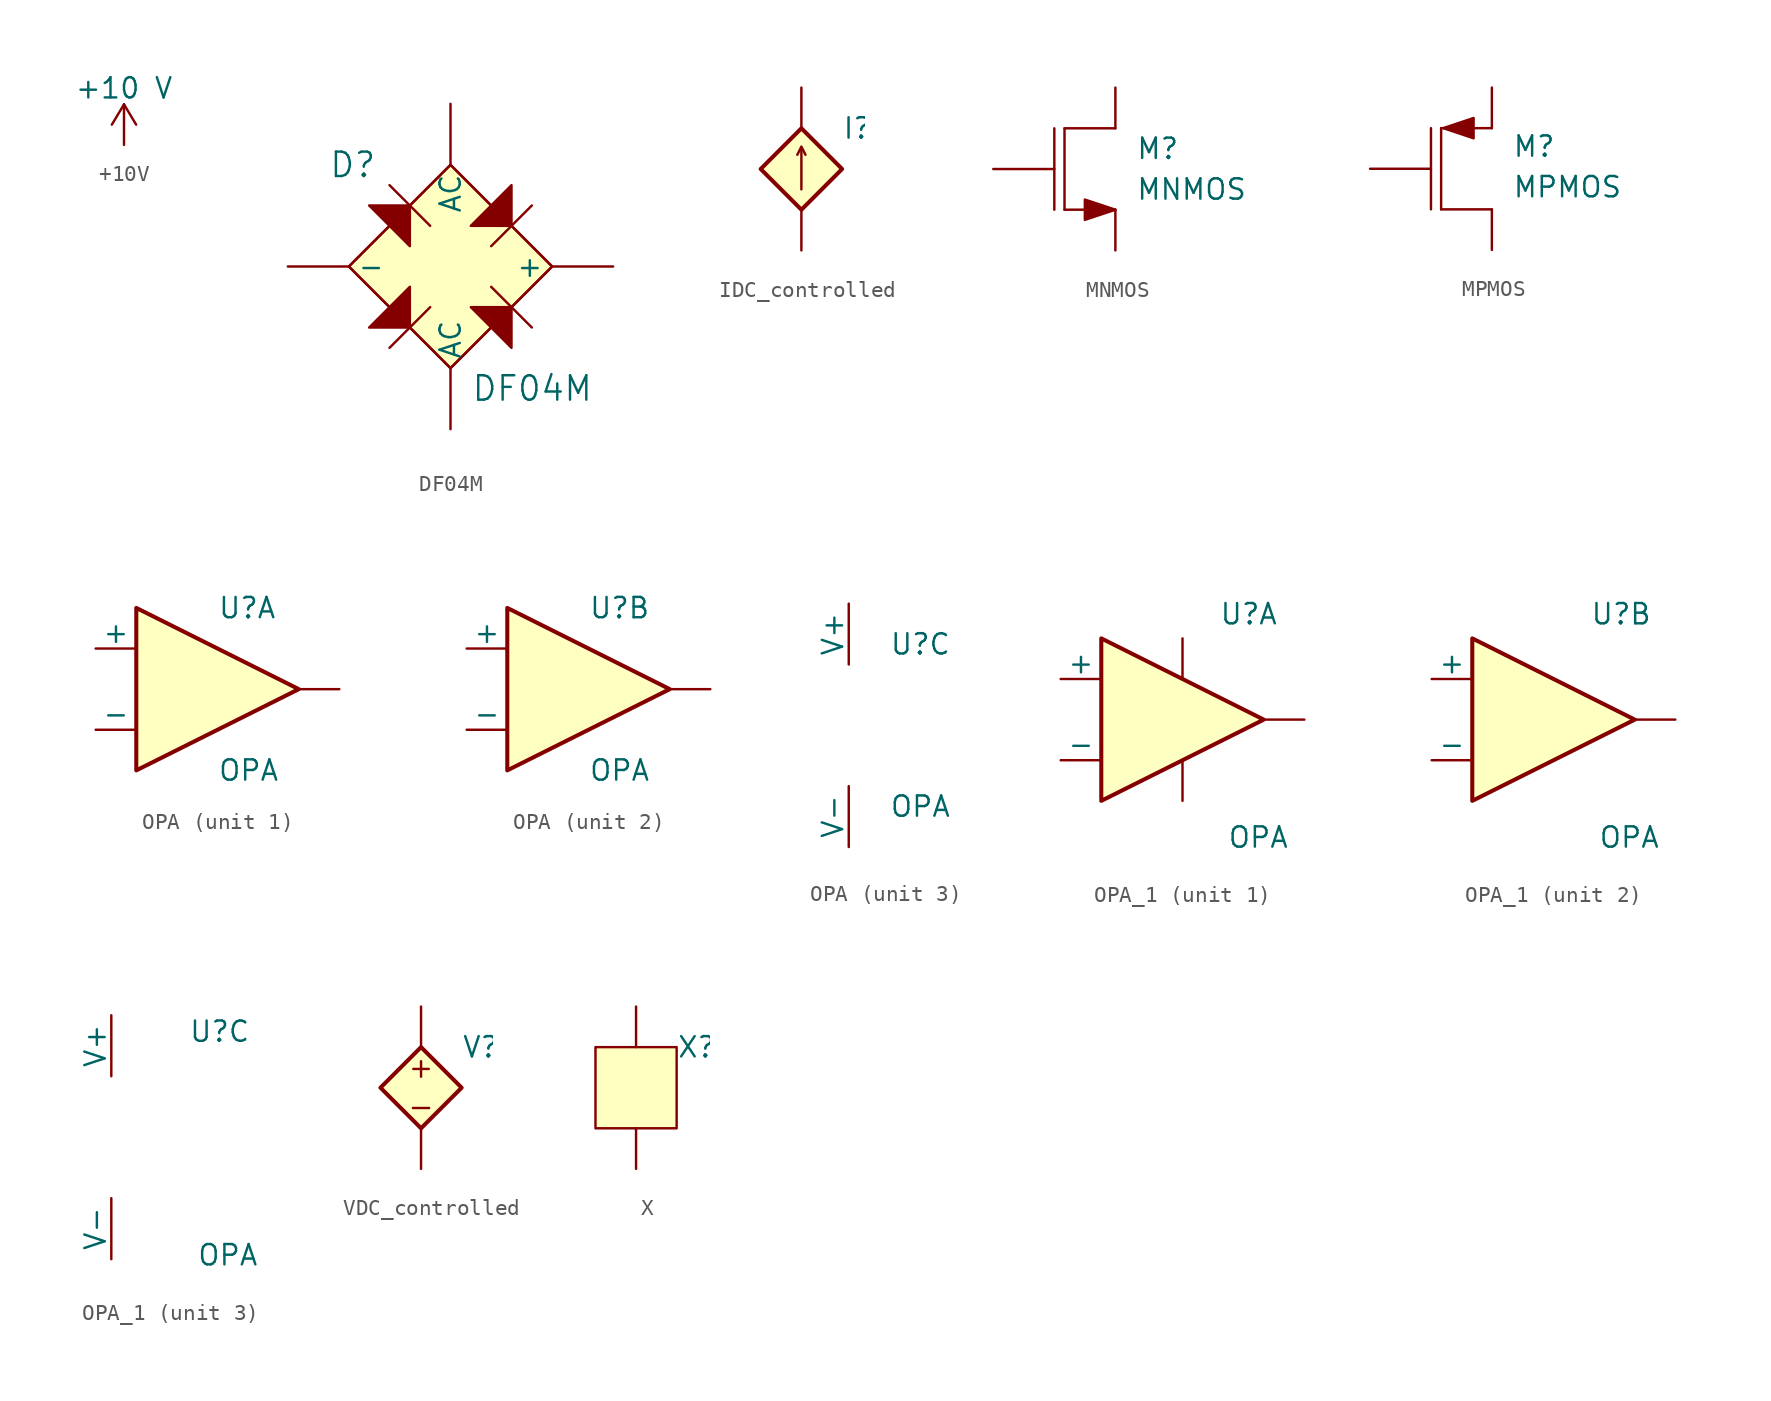
<source format=kicad_sym>
(kicad_symbol_lib
  (version 20231120)
  (generator "kicad_symbol_editor")
  (generator_version "8.0")
  (symbol "+10V"
    (power)
    (pin_numbers hide)
    (pin_names
      (offset 0) hide)
    (property "Reference" "#PWR"
      (at 0 -3.81 0)
      (effects (font (size 1.27 1.27)) (hide yes)))
    (property "Value" "+10 V"
      (at 0 3.556 0)
      (effects (font (size 1.27 1.27))))
    (symbol "+10V_0_1"
      (polyline (pts (xy -0.762 1.27) (xy 0 2.54)) (stroke (width 0) (type solid)) (fill (type none)))
      (polyline (pts (xy 0 0) (xy 0 2.54)) (stroke (width 0) (type solid)) (fill (type none)))
      (polyline (pts (xy 0 2.54) (xy 0.762 1.27)) (stroke (width 0) (type solid)) (fill (type none))))
    (symbol "+10V_1_1"
      (pin power_in line (at 0 0 90) (length 0) hide (name "+10V" (effects (font (size 1.27 1.27)))) (number "1" (effects (font (size 1.27 1.27)))))))
  (symbol "DF04M"
    (pin_numbers hide)
    (property "Reference" "D"
      (at -7.62 6.35 0)
      (effects (font (size 1.524 1.524)) (justify left)))
    (property "Value" "DF04M"
      (at 1.27 -7.62 0)
      (effects (font (size 1.524 1.524)) (justify left)))
    (symbol "DF04M_0_1"
      (polyline (pts (xy -3.81 5.08) (xy -1.27 2.54)) (stroke (width 0) (type solid)) (fill (type none)))
      (polyline (pts (xy -1.27 -2.54) (xy -3.81 -5.08)) (stroke (width 0) (type solid)) (fill (type none)))
      (polyline (pts (xy 2.54 -1.27) (xy 5.08 -3.81)) (stroke (width 0) (type solid)) (fill (type none)))
      (polyline (pts (xy 5.08 3.81) (xy 2.54 1.27)) (stroke (width 0) (type solid)) (fill (type none)))
      (polyline (pts (xy -3.81 2.54) (xy -6.35 0) (xy -3.81 -2.54)) (stroke (width 0) (type solid)) (fill (type none)))
      (polyline (pts (xy -2.54 3.81) (xy 0 6.35) (xy 2.54 3.81)) (stroke (width 0) (type solid)) (fill (type none)))
      (polyline (pts (xy 2.54 -3.81) (xy 0 -6.35) (xy -2.54 -3.81)) (stroke (width 0) (type solid)) (fill (type none)))
      (polyline (pts (xy 3.81 2.54) (xy 6.35 0) (xy 3.81 -2.54)) (stroke (width 0) (type solid)) (fill (type none)))
      (polyline (pts (xy -2.54 1.27) (xy -2.54 3.81) (xy -5.08 3.81) (xy -2.54 1.27)) (stroke (width 0) (type solid)) (fill (type outline)))
      (polyline (pts (xy 1.27 -2.54) (xy 3.81 -2.54) (xy 3.81 -5.08) (xy 1.27 -2.54)) (stroke (width 0) (type solid)) (fill (type outline)))
      (polyline (pts (xy 1.27 2.54) (xy 3.81 2.54) (xy 3.81 5.08) (xy 1.27 2.54)) (stroke (width 0) (type solid)) (fill (type outline)))
      (polyline (pts (xy -2.54 -3.81) (xy -2.54 -1.27) (xy -3.81 -2.54) (xy -5.08 -3.81) (xy -2.54 -3.81)) (stroke (width 0) (type solid)) (fill (type outline)))
      (polyline (pts (xy 0 6.35) (xy 6.35 0) (xy 0 -6.35) (xy -6.35 0) (xy 0 6.35)) (stroke (width 0) (type solid)) (fill (type background))))
    (symbol "DF04M_1_1"
      (pin power_out line (at 10.16 0 180) (length 3.81) (name "+" (effects (font (size 1.27 1.27)))) (number "1" (effects (font (size 1.27 1.27)))))
      (pin power_out line (at -10.16 0 0) (length 3.81) (name "-" (effects (font (size 1.27 1.27)))) (number "2" (effects (font (size 1.27 1.27)))))
      (pin power_in line (at 0 10.16 270) (length 3.81) (name "AC" (effects (font (size 1.27 1.27)))) (number "3" (effects (font (size 1.27 1.27)))))
      (pin power_in line (at 0 -10.16 90) (length 3.81) (name "AC" (effects (font (size 1.27 1.27)))) (number "4" (effects (font (size 1.27 1.27)))))))
  (symbol "IDC_controlled"
    (pin_numbers hide)
    (pin_names
      (offset 0.025) hide)
    (property "Reference" "I"
      (at 2.54 2.54 0)
      (effects (font (size 1.27 1.27)) (justify left)))
    (symbol "IDC_controlled_0_0"
      (polyline (pts (xy 0 -1.27) (xy 0 1.27)) (stroke (width 0) (type solid)) (fill (type none))))
    (symbol "IDC_controlled_0_1"
      (polyline (pts (xy 0.254 0.889) (xy 0 1.397) (xy -0.254 0.889)) (stroke (width 0) (type solid)) (fill (type none)))
      (polyline (pts (xy 0 2.54) (xy 2.54 0) (xy 0 -2.54) (xy -2.54 0) (xy 0 2.54)) (stroke (width 0.254) (type solid)) (fill (type background))))
    (symbol "IDC_controlled_1_1"
      (pin passive line (at 0 5.08 270) (length 2.54) (name "~" (effects (font (size 1.27 1.27)))) (number "1" (effects (font (size 1.27 1.27)))))
      (pin passive line (at 0 -5.08 90) (length 2.54) (name "~" (effects (font (size 1.27 1.27)))) (number "2" (effects (font (size 1.27 1.27)))))))
  (symbol "MNMOS"
    (pin_numbers hide)
    (pin_names
      (offset 0) hide)
    (property "Reference" "M"
      (at 3.81 1.27 0)
      (effects (font (size 1.27 1.27)) (justify left)))
    (property "Value" "MNMOS"
      (at 3.81 -1.27 0)
      (effects (font (size 1.27 1.27)) (justify left)))
    (symbol "MNMOS_0_1"
      (polyline (pts (xy -1.27 -2.54) (xy -1.27 2.54)) (stroke (width 0) (type solid)) (fill (type none)))
      (polyline (pts (xy -0.635 -2.54) (xy 2.54 -2.54)) (stroke (width 0) (type solid)) (fill (type none)))
      (polyline (pts (xy 2.54 2.54) (xy -0.635 2.54)) (stroke (width 0) (type solid)) (fill (type none)))
      (polyline (pts (xy 2.54 -2.54) (xy 0.635 -3.175) (xy 0.635 -1.905) (xy 2.54 -2.54)) (stroke (width 0) (type solid)) (fill (type outline))))
    (symbol "MNMOS_1_1"
      (polyline (pts (xy -0.635 -2.54) (xy -0.635 2.54)) (stroke (width 0) (type solid)) (fill (type none)))
      (pin passive line (at 2.54 5.08 270) (length 2.54) (name "D" (effects (font (size 1.27 1.27)))) (number "1" (effects (font (size 1.27 1.27)))))
      (pin input line (at -5.08 0 0) (length 3.81) (name "G" (effects (font (size 1.27 1.27)))) (number "2" (effects (font (size 1.27 1.27)))))
      (pin passive line (at 2.54 -5.08 90) (length 2.54) (name "S" (effects (font (size 1.27 1.27)))) (number "3" (effects (font (size 1.27 1.27)))))))
  (symbol "MPMOS"
    (pin_numbers hide)
    (pin_names
      (offset 0) hide)
    (property "Reference" "M"
      (at 3.81 1.397 0)
      (effects (font (size 1.27 1.27)) (justify left)))
    (property "Value" "MPMOS"
      (at 3.81 -1.143 0)
      (effects (font (size 1.27 1.27)) (justify left)))
    (symbol "MPMOS_0_1"
      (polyline (pts (xy -1.27 2.54) (xy -1.27 -2.54)) (stroke (width 0) (type solid)) (fill (type none)))
      (polyline (pts (xy -0.635 -2.54) (xy 2.54 -2.54)) (stroke (width 0) (type solid)) (fill (type none)))
      (polyline (pts (xy 2.54 2.54) (xy -0.635 2.54)) (stroke (width 0) (type solid)) (fill (type none)))
      (polyline (pts (xy -0.508 2.54) (xy 1.397 1.905) (xy 1.397 3.175) (xy -0.508 2.54)) (stroke (width 0) (type solid)) (fill (type outline))))
    (symbol "MPMOS_1_1"
      (polyline (pts (xy -0.635 -2.54) (xy -0.635 2.54)) (stroke (width 0) (type solid)) (fill (type none)))
      (pin passive line (at 2.54 -5.08 90) (length 2.54) (name "D" (effects (font (size 1.27 1.27)))) (number "1" (effects (font (size 1.27 1.27)))))
      (pin input line (at -5.08 0 0) (length 3.81) (name "G" (effects (font (size 1.27 1.27)))) (number "2" (effects (font (size 1.27 1.27)))))
      (pin passive line (at 2.54 5.08 270) (length 2.54) (name "S" (effects (font (size 1.27 1.27)))) (number "3" (effects (font (size 1.27 1.27)))))))
  (symbol "OPA"
    (pin_numbers hide)
    (pin_names
      (offset 0))
    (property "Reference" "U"
      (at 0 5.08 0)
      (effects (font (size 1.27 1.27)) (justify left)))
    (property "Value" "OPA"
      (at 0 -5.08 0)
      (effects (font (size 1.27 1.27)) (justify left)))
    (property "ki_locked" ""
      (at 0 0 0)
      (effects (font (size 1.27 1.27))))
    (symbol "OPA_1_1"
      (polyline (pts (xy -5.08 5.08) (xy 5.08 0) (xy -5.08 -5.08) (xy -5.08 5.08)) (stroke (width 0.254) (type solid)) (fill (type background)))
      (pin output line (at 7.62 0 180) (length 2.54) (name "~" (effects (font (size 1.27 1.27)))) (number "1" (effects (font (size 1.27 1.27)))))
      (pin input line (at -7.62 -2.54 0) (length 2.54) (name "-" (effects (font (size 1.27 1.27)))) (number "2" (effects (font (size 1.27 1.27)))))
      (pin input line (at -7.62 2.54 0) (length 2.54) (name "+" (effects (font (size 1.27 1.27)))) (number "3" (effects (font (size 1.27 1.27))))))
    (symbol "OPA_2_1"
      (polyline (pts (xy -5.08 5.08) (xy 5.08 0) (xy -5.08 -5.08) (xy -5.08 5.08)) (stroke (width 0.254) (type solid)) (fill (type background)))
      (pin input line (at -7.62 2.54 0) (length 2.54) (name "+" (effects (font (size 1.27 1.27)))) (number "5" (effects (font (size 1.27 1.27)))))
      (pin input line (at -7.62 -2.54 0) (length 2.54) (name "-" (effects (font (size 1.27 1.27)))) (number "6" (effects (font (size 1.27 1.27)))))
      (pin output line (at 7.62 0 180) (length 2.54) (name "~" (effects (font (size 1.27 1.27)))) (number "7" (effects (font (size 1.27 1.27))))))
    (symbol "OPA_3_1"
      (pin power_in line (at -2.54 -7.62 90) (length 3.81) (name "V-" (effects (font (size 1.27 1.27)))) (number "4" (effects (font (size 1.27 1.27)))))
      (pin power_in line (at -2.54 7.62 270) (length 3.81) (name "V+" (effects (font (size 1.27 1.27)))) (number "8" (effects (font (size 1.27 1.27)))))))
  (symbol "OPA_1"
    (pin_numbers hide)
    (pin_names
      (offset 0))
    (property "Reference" "U"
      (at 2.286 6.604 0)
      (effects (font (size 1.27 1.27)) (justify left)))
    (property "Value" "OPA"
      (at 2.794 -7.366 0)
      (effects (font (size 1.27 1.27)) (justify left)))
    (property "ki_locked" ""
      (at 0 0 0)
      (effects (font (size 1.27 1.27))))
    (symbol "OPA_1_1_1"
      (polyline (pts (xy -5.08 5.08) (xy 5.08 0) (xy -5.08 -5.08) (xy -5.08 5.08)) (stroke (width 0.254) (type solid)) (fill (type background)))
      (pin output line (at 7.62 0 180) (length 2.54) (name "~" (effects (font (size 1.27 1.27)))) (number "1" (effects (font (size 1.27 1.27)))))
      (pin input line (at 0 -5.08 90) (length 2.54) (name "" (effects (font (size 1.27 1.27)))) (number "10" (effects (font (size 1.27 1.27)))))
      (pin input line (at -7.62 -2.54 0) (length 2.54) (name "-" (effects (font (size 1.27 1.27)))) (number "2" (effects (font (size 1.27 1.27)))))
      (pin input line (at -7.62 2.54 0) (length 2.54) (name "+" (effects (font (size 1.27 1.27)))) (number "3" (effects (font (size 1.27 1.27)))))
      (pin input line (at 0 5.08 270) (length 2.54) (name "" (effects (font (size 1.27 1.27)))) (number "9" (effects (font (size 1.27 1.27))))))
    (symbol "OPA_1_2_1"
      (polyline (pts (xy -5.08 5.08) (xy 5.08 0) (xy -5.08 -5.08) (xy -5.08 5.08)) (stroke (width 0.254) (type solid)) (fill (type background)))
      (pin input line (at -7.62 2.54 0) (length 2.54) (name "+" (effects (font (size 1.27 1.27)))) (number "5" (effects (font (size 1.27 1.27)))))
      (pin input line (at -7.62 -2.54 0) (length 2.54) (name "-" (effects (font (size 1.27 1.27)))) (number "6" (effects (font (size 1.27 1.27)))))
      (pin output line (at 7.62 0 180) (length 2.54) (name "~" (effects (font (size 1.27 1.27)))) (number "7" (effects (font (size 1.27 1.27))))))
    (symbol "OPA_1_3_1"
      (pin power_in line (at -2.54 -7.62 90) (length 3.81) (name "V-" (effects (font (size 1.27 1.27)))) (number "4" (effects (font (size 1.27 1.27)))))
      (pin power_in line (at -2.54 7.62 270) (length 3.81) (name "V+" (effects (font (size 1.27 1.27)))) (number "8" (effects (font (size 1.27 1.27)))))))
  (symbol "VDC_controlled"
    (pin_numbers hide)
    (pin_names
      (offset 0.025) hide)
    (property "Reference" "V"
      (at 2.54 2.54 0)
      (effects (font (size 1.27 1.27)) (justify left)))
    (symbol "VDC_controlled_0_0"
      (polyline (pts (xy -0.508 -1.27) (xy 0.508 -1.27)) (stroke (width 0) (type solid)) (fill (type none)))
      (text "+" (at 0 1.27 0) (effects (font (size 1.27 1.27)))))
    (symbol "VDC_controlled_0_1"
      (polyline (pts (xy 0 2.54) (xy 2.54 0) (xy 0 -2.54) (xy -2.54 0) (xy 0 2.54)) (stroke (width 0.254) (type solid)) (fill (type background))))
    (symbol "VDC_controlled_1_1"
      (pin passive line (at 0 5.08 270) (length 2.54) (name "~" (effects (font (size 1.27 1.27)))) (number "1" (effects (font (size 1.27 1.27)))))
      (pin passive line (at 0 -5.08 90) (length 2.54) (name "~" (effects (font (size 1.27 1.27)))) (number "2" (effects (font (size 1.27 1.27)))))))
  (symbol "X"
    (pin_numbers hide)
    (pin_names
      (offset 0) hide)
    (property "Reference" "X"
      (at 2.54 2.54 0)
      (effects (font (size 1.27 1.27)) (justify left)))
    (symbol "X_1_1"
      (rectangle (start -2.54 2.54) (end 2.54 -2.54) (stroke (width 0) (type default)) (fill (type color) (color 255 255 194 1)))
      (pin passive line (at 0 5.08 270) (length 2.54) (name "~" (effects (font (size 1.27 1.27)))) (number "1" (effects (font (size 1.27 1.27)))))
      (pin passive line (at 0 -5.08 90) (length 2.54) (name "~" (effects (font (size 1.27 1.27)))) (number "2" (effects (font (size 1.27 1.27))))))))
</source>
